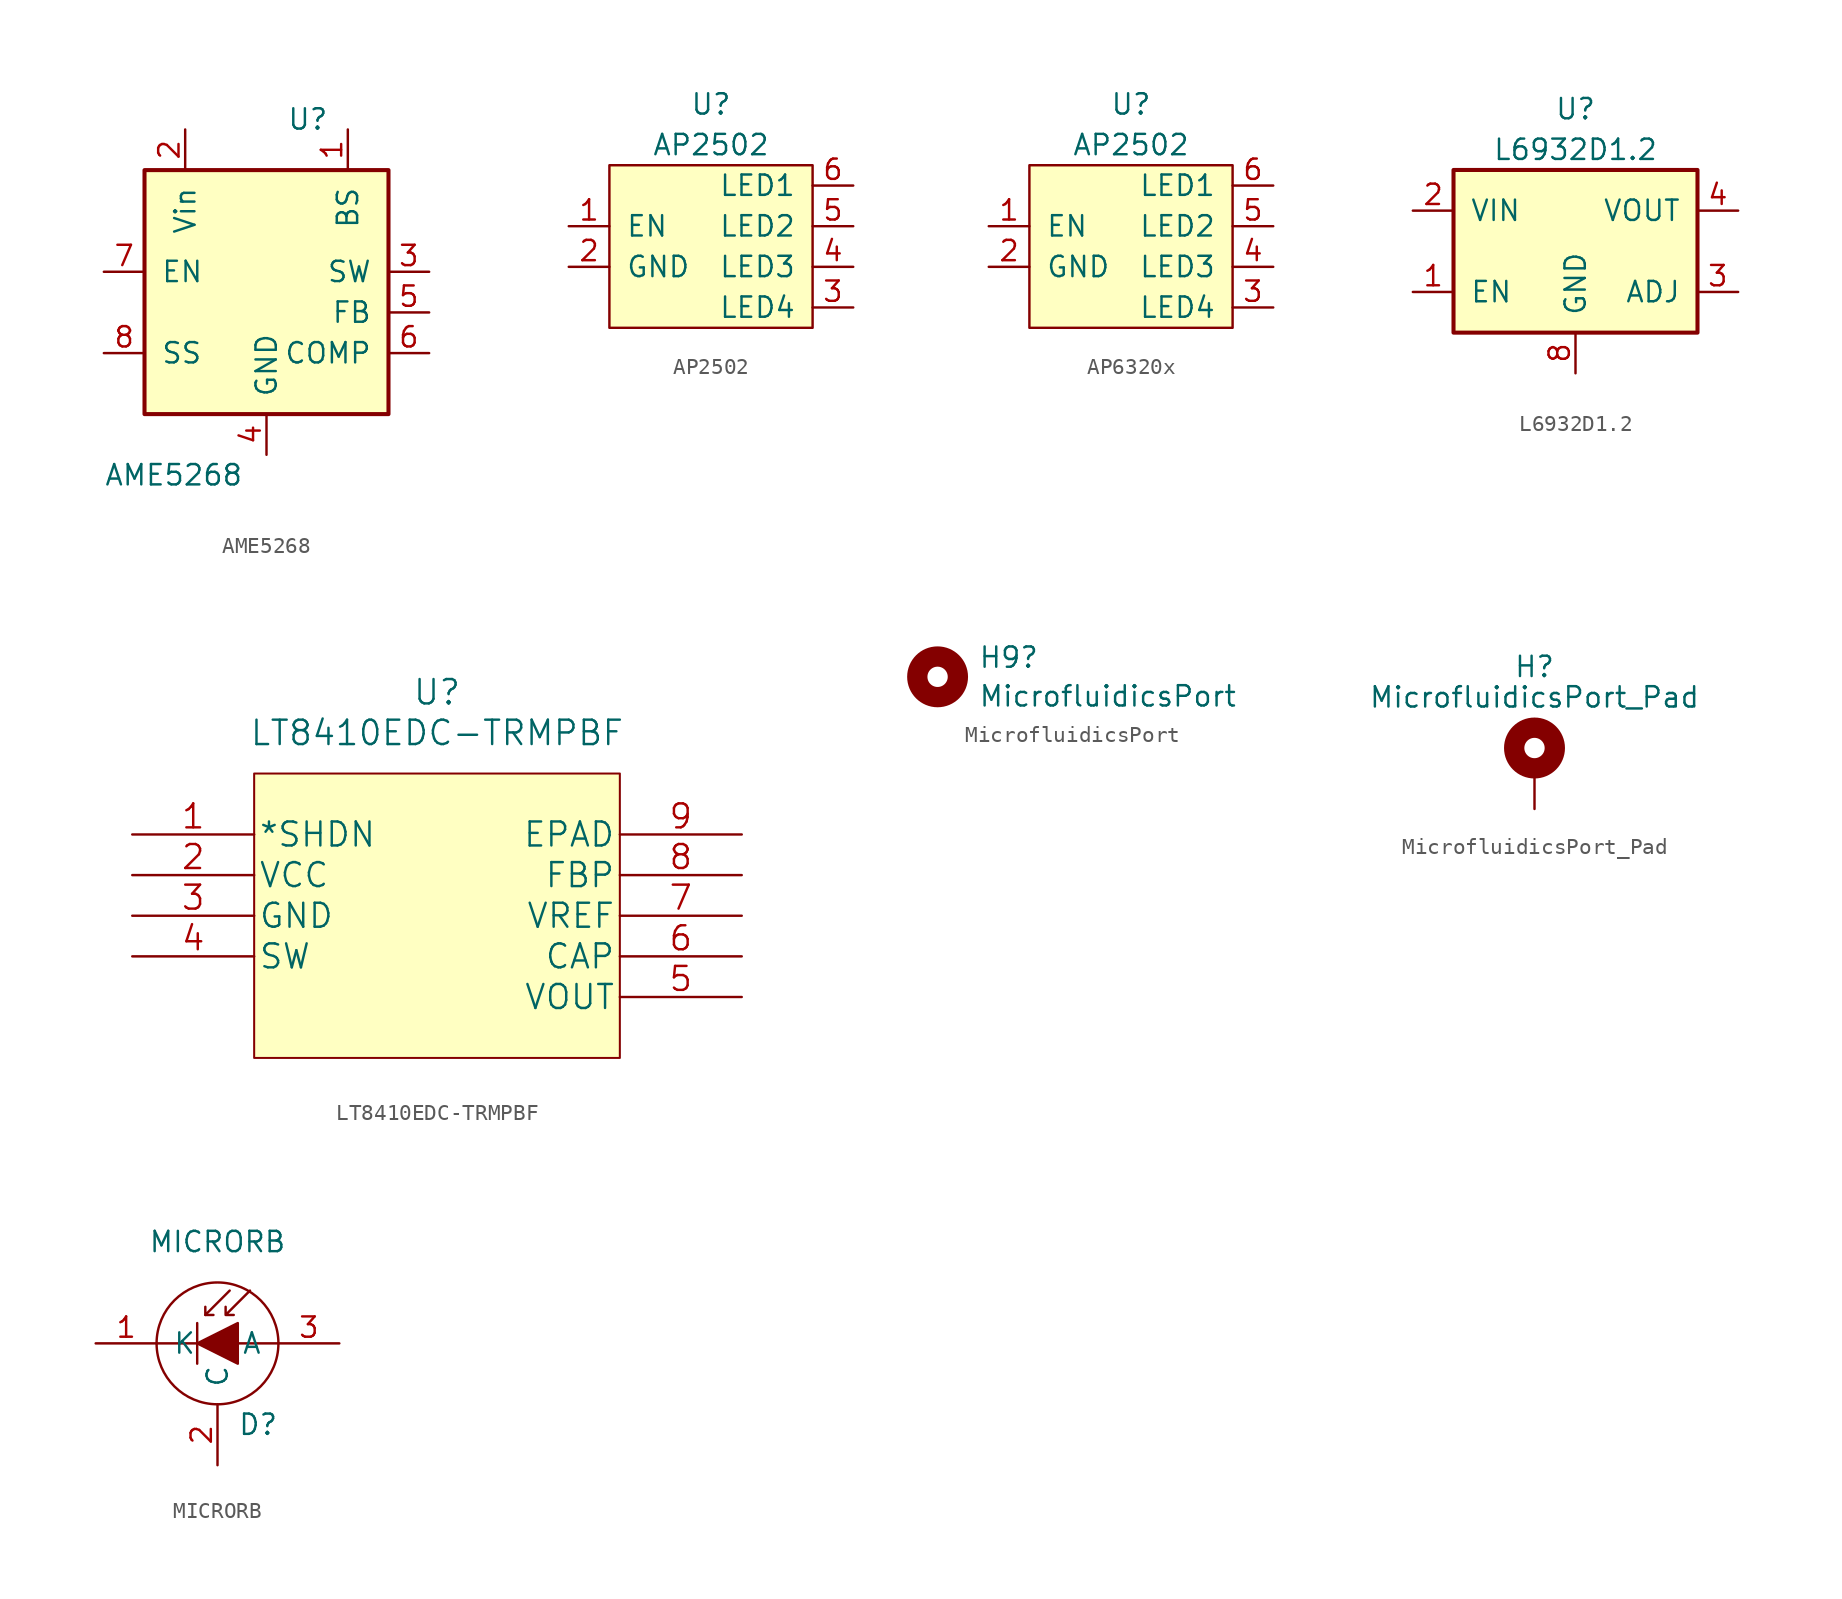
<source format=kicad_sym>
(kicad_symbol_lib
  (version 20231120)
  (generator "kicad_symbol_editor")
  (generator_version "8.0")
  (symbol "AME5268"
    (pin_names
      (offset 1.016))
    (property "Reference" "U"
      (at 1.27 10.795 0)
      (effects (font (size 1.27 1.27)) (justify left)))
    (property "Value" "AME5268"
      (at -10.16 -11.43 0)
      (effects (font (size 1.27 1.27)) (justify left)))
    (symbol "AME5268_0_1"
      (rectangle (start -7.62 7.62) (end 7.62 -7.62) (stroke (width 0.254) (type solid)) (fill (type background))))
    (symbol "AME5268_1_1"
      (pin input line (at 5.08 10.16 270) (length 2.54) (name "BS" (effects (font (size 1.27 1.27)))) (number "1" (effects (font (size 1.27 1.27)))))
      (pin power_in line (at -5.08 10.16 270) (length 2.54) (name "Vin" (effects (font (size 1.27 1.27)))) (number "2" (effects (font (size 1.27 1.27)))))
      (pin output line (at 10.16 1.27 180) (length 2.54) (name "SW" (effects (font (size 1.27 1.27)))) (number "3" (effects (font (size 1.27 1.27)))))
      (pin power_in line (at 0 -10.16 90) (length 2.54) (name "GND" (effects (font (size 1.27 1.27)))) (number "4" (effects (font (size 1.27 1.27)))))
      (pin input line (at 10.16 -1.27 180) (length 2.54) (name "FB" (effects (font (size 1.27 1.27)))) (number "5" (effects (font (size 1.27 1.27)))))
      (pin input line (at 10.16 -3.81 180) (length 2.54) (name "COMP" (effects (font (size 1.27 1.27)))) (number "6" (effects (font (size 1.27 1.27)))))
      (pin input line (at -10.16 1.27 0) (length 2.54) (name "EN" (effects (font (size 1.27 1.27)))) (number "7" (effects (font (size 1.27 1.27)))))
      (pin input line (at -10.16 -3.81 0) (length 2.54) (name "SS" (effects (font (size 1.27 1.27)))) (number "8" (effects (font (size 1.27 1.27)))))))
  (symbol "AP2502"
    (pin_names
      (offset 1.016))
    (property "Reference" "U"
      (at 0 8.89 0)
      (effects (font (size 1.27 1.27))))
    (property "Value" "AP2502"
      (at 0 6.35 0)
      (effects (font (size 1.27 1.27))))
    (symbol "AP2502_1_1"
      (rectangle (start -6.35 5.08) (end 6.35 -5.08) (stroke (width 0) (type solid)) (fill (type background)))
      (pin input line (at -8.89 1.27 0) (length 2.54) (name "EN" (effects (font (size 1.27 1.27)))) (number "1" (effects (font (size 1.27 1.27)))))
      (pin power_in line (at -8.89 -1.27 0) (length 2.54) (name "GND" (effects (font (size 1.27 1.27)))) (number "2" (effects (font (size 1.27 1.27)))))
      (pin power_in line (at 8.89 -3.81 180) (length 2.54) (name "LED4" (effects (font (size 1.27 1.27)))) (number "3" (effects (font (size 1.27 1.27)))))
      (pin input line (at 8.89 -1.27 180) (length 2.54) (name "LED3" (effects (font (size 1.27 1.27)))) (number "4" (effects (font (size 1.27 1.27)))))
      (pin input line (at 8.89 1.27 180) (length 2.54) (name "LED2" (effects (font (size 1.27 1.27)))) (number "5" (effects (font (size 1.27 1.27)))))
      (pin input line (at 8.89 3.81 180) (length 2.54) (name "LED1" (effects (font (size 1.27 1.27)))) (number "6" (effects (font (size 1.27 1.27)))))))
  (symbol "AP6320x"
    (pin_names
      (offset 1.016))
    (property "Reference" "U"
      (at 0 8.89 0)
      (effects (font (size 1.27 1.27))))
    (property "Value" "AP2502"
      (at 0 6.35 0)
      (effects (font (size 1.27 1.27))))
    (symbol "AP6320x_1_1"
      (rectangle (start -6.35 5.08) (end 6.35 -5.08) (stroke (width 0) (type solid)) (fill (type background)))
      (pin input line (at -8.89 1.27 0) (length 2.54) (name "EN" (effects (font (size 1.27 1.27)))) (number "1" (effects (font (size 1.27 1.27)))))
      (pin power_in line (at -8.89 -1.27 0) (length 2.54) (name "GND" (effects (font (size 1.27 1.27)))) (number "2" (effects (font (size 1.27 1.27)))))
      (pin power_in line (at 8.89 -3.81 180) (length 2.54) (name "LED4" (effects (font (size 1.27 1.27)))) (number "3" (effects (font (size 1.27 1.27)))))
      (pin input line (at 8.89 -1.27 180) (length 2.54) (name "LED3" (effects (font (size 1.27 1.27)))) (number "4" (effects (font (size 1.27 1.27)))))
      (pin input line (at 8.89 1.27 180) (length 2.54) (name "LED2" (effects (font (size 1.27 1.27)))) (number "5" (effects (font (size 1.27 1.27)))))
      (pin input line (at 8.89 3.81 180) (length 2.54) (name "LED1" (effects (font (size 1.27 1.27)))) (number "6" (effects (font (size 1.27 1.27)))))))
  (symbol "L6932D1.2"
    (pin_names
      (offset 1.016))
    (property "Reference" "U"
      (at 0 8.89 0)
      (effects (font (size 1.27 1.27))))
    (property "Value" "L6932D1.2"
      (at 0 6.35 0)
      (effects (font (size 1.27 1.27))))
    (symbol "L6932D1.2_1_1"
      (rectangle (start 7.62 -5.08) (end -7.62 5.08) (stroke (width 0.254) (type solid)) (fill (type background)))
      (pin input line (at -10.16 -2.54 0) (length 2.54) (name "EN" (effects (font (size 1.27 1.27)))) (number "1" (effects (font (size 1.27 1.27)))))
      (pin power_in line (at -10.16 2.54 0) (length 2.54) (name "VIN" (effects (font (size 1.27 1.27)))) (number "2" (effects (font (size 1.27 1.27)))))
      (pin output line (at 10.16 -2.54 180) (length 2.54) (name "ADJ" (effects (font (size 1.27 1.27)))) (number "3" (effects (font (size 1.27 1.27)))))
      (pin power_out line (at 10.16 2.54 180) (length 2.54) (name "VOUT" (effects (font (size 1.27 1.27)))) (number "4" (effects (font (size 1.27 1.27)))))
      (pin power_in line (at 0 -7.62 90) (length 2.54) hide (name "GND" (effects (font (size 1.27 1.27)))) (number "5" (effects (font (size 1.27 1.27)))))
      (pin power_in line (at 0 -7.62 90) (length 2.54) hide (name "GND" (effects (font (size 1.27 1.27)))) (number "6" (effects (font (size 1.27 1.27)))))
      (pin power_in line (at 0 -7.62 90) (length 2.54) hide (name "GND" (effects (font (size 1.27 1.27)))) (number "7" (effects (font (size 1.27 1.27)))))
      (pin power_in line (at 0 -7.62 90) (length 2.54) (name "GND" (effects (font (size 1.27 1.27)))) (number "8" (effects (font (size 1.27 1.27)))))))
  (symbol "LT8410EDC-TRMPBF"
    (pin_names
      (offset 0.254))
    (property "Reference" "U"
      (at 19.05 10.16 0)
      (effects (font (size 1.524 1.524))))
    (property "Value" "LT8410EDC-TRMPBF"
      (at 19.05 7.62 0)
      (effects (font (size 1.524 1.524))))
    (property "Datasheet" ""
      (at 0 1.27 0)
      (effects (font (size 1.524 1.524))))
    (property "ki_locked" ""
      (at 0 0 0)
      (effects (font (size 1.27 1.27))))
    (symbol "LT8410EDC-TRMPBF_0_1"
      (rectangle (start 7.62 5.08) (end 30.48 -12.7) (stroke (width 0.127) (type solid)) (fill (type background))))
    (symbol "LT8410EDC-TRMPBF_1_1"
      (pin input line (at 0 1.27 0) (length 7.62) (name "*SHDN" (effects (font (size 1.499 1.499)))) (number "1" (effects (font (size 1.499 1.499)))))
      (pin power_in line (at 0 -1.27 0) (length 7.62) (name "VCC" (effects (font (size 1.499 1.499)))) (number "2" (effects (font (size 1.499 1.499)))))
      (pin power_in line (at 0 -3.81 0) (length 7.62) (name "GND" (effects (font (size 1.499 1.499)))) (number "3" (effects (font (size 1.499 1.499)))))
      (pin input line (at 0 -6.35 0) (length 7.62) (name "SW" (effects (font (size 1.499 1.499)))) (number "4" (effects (font (size 1.499 1.499)))))
      (pin power_out line (at 38.1 -8.89 180) (length 7.62) (name "VOUT" (effects (font (size 1.499 1.499)))) (number "5" (effects (font (size 1.499 1.499)))))
      (pin input line (at 38.1 -6.35 180) (length 7.62) (name "CAP" (effects (font (size 1.499 1.499)))) (number "6" (effects (font (size 1.499 1.499)))))
      (pin input line (at 38.1 -3.81 180) (length 7.62) (name "VREF" (effects (font (size 1.499 1.499)))) (number "7" (effects (font (size 1.499 1.499)))))
      (pin input line (at 38.1 -1.27 180) (length 7.62) (name "FBP" (effects (font (size 1.499 1.499)))) (number "8" (effects (font (size 1.499 1.499)))))
      (pin power_in line (at 38.1 1.27 180) (length 7.62) (name "EPAD" (effects (font (size 1.499 1.499)))) (number "9" (effects (font (size 1.499 1.499)))))))
  (symbol "MicrofluidicsPort"
    (pin_names
      (offset 1.016))
    (property "Reference" "H9"
      (at 2.54 1.212 0)
      (effects (font (size 1.27 1.27)) (justify left)))
    (property "Value" "MicrofluidicsPort"
      (at 2.54 -1.212 0)
      (effects (font (size 1.27 1.27)) (justify left)))
    (symbol "MicrofluidicsPort_0_1"
      (circle (center 0 0) (radius 1.27) (stroke (width 1.27) (type default)) (fill (type none)))))
  (symbol "MicrofluidicsPort_Pad"
    (pin_numbers hide)
    (pin_names
      (offset 1.016) hide)
    (property "Reference" "H"
      (at 0 6.35 0)
      (effects (font (size 1.27 1.27))))
    (property "Value" "MicrofluidicsPort_Pad"
      (at 0 4.445 0)
      (effects (font (size 1.27 1.27))))
    (symbol "MicrofluidicsPort_Pad_0_1"
      (circle (center 0 1.27) (radius 1.27) (stroke (width 1.27) (type default)) (fill (type none))))
    (symbol "MicrofluidicsPort_Pad_1_1"
      (pin input line (at 0 -2.54 90) (length 2.54) (name "1" (effects (font (size 1.27 1.27)))) (number "1" (effects (font (size 1.27 1.27)))))))
  (symbol "MICRORB"
    (pin_names
      (offset 1.016))
    (property "Reference" "D"
      (at 2.54 -5.08 0)
      (effects (font (size 1.27 1.27))))
    (property "Value" "MICRORB"
      (at 0 6.35 0)
      (effects (font (size 1.27 1.27))))
    (symbol "MICRORB_1_1"
      (polyline (pts (xy -1.27 0) (xy -3.81 0)) (stroke (width 0) (type solid)) (fill (type none)))
      (polyline (pts (xy -1.27 1.27) (xy -1.27 -1.27)) (stroke (width 0.152) (type solid)) (fill (type none)))
      (polyline (pts (xy -0.762 1.778) (xy -0.254 1.778)) (stroke (width 0) (type solid)) (fill (type none)))
      (polyline (pts (xy 3.81 0) (xy 1.27 0)) (stroke (width 0) (type solid)) (fill (type none)))
      (polyline (pts (xy 0.762 3.302) (xy -0.762 1.778) (xy -0.762 2.286)) (stroke (width 0) (type solid)) (fill (type none)))
      (polyline (pts (xy -1.27 0) (xy 1.27 1.27) (xy 1.27 -1.27) (xy -1.27 0)) (stroke (width 0) (type solid)) (fill (type outline)))
      (polyline (pts (xy 2.032 3.302) (xy 0.508 1.778) (xy 0.508 2.286) (xy 0.508 1.778) (xy 1.016 1.778)) (stroke (width 0) (type solid)) (fill (type none)))
      (circle (center 0 0) (radius 3.81) (stroke (width 0) (type solid)) (fill (type none)))
      (pin passive line (at -7.62 0 0) (length 3.81) (name "K" (effects (font (size 1.27 1.27)))) (number "1" (effects (font (size 1.27 1.27)))))
      (pin passive line (at 0 -7.62 90) (length 3.81) (name "C" (effects (font (size 1.27 1.27)))) (number "2" (effects (font (size 1.27 1.27)))))
      (pin passive line (at 7.62 0 180) (length 3.81) (name "A" (effects (font (size 1.27 1.27)))) (number "3" (effects (font (size 1.27 1.27)))))
      (pin power_in line (at 0 6.35 270) (length 2.54) hide (name "GND" (effects (font (size 1.27 1.27)))) (number "4" (effects (font (size 1.27 1.27))))))))
</source>
